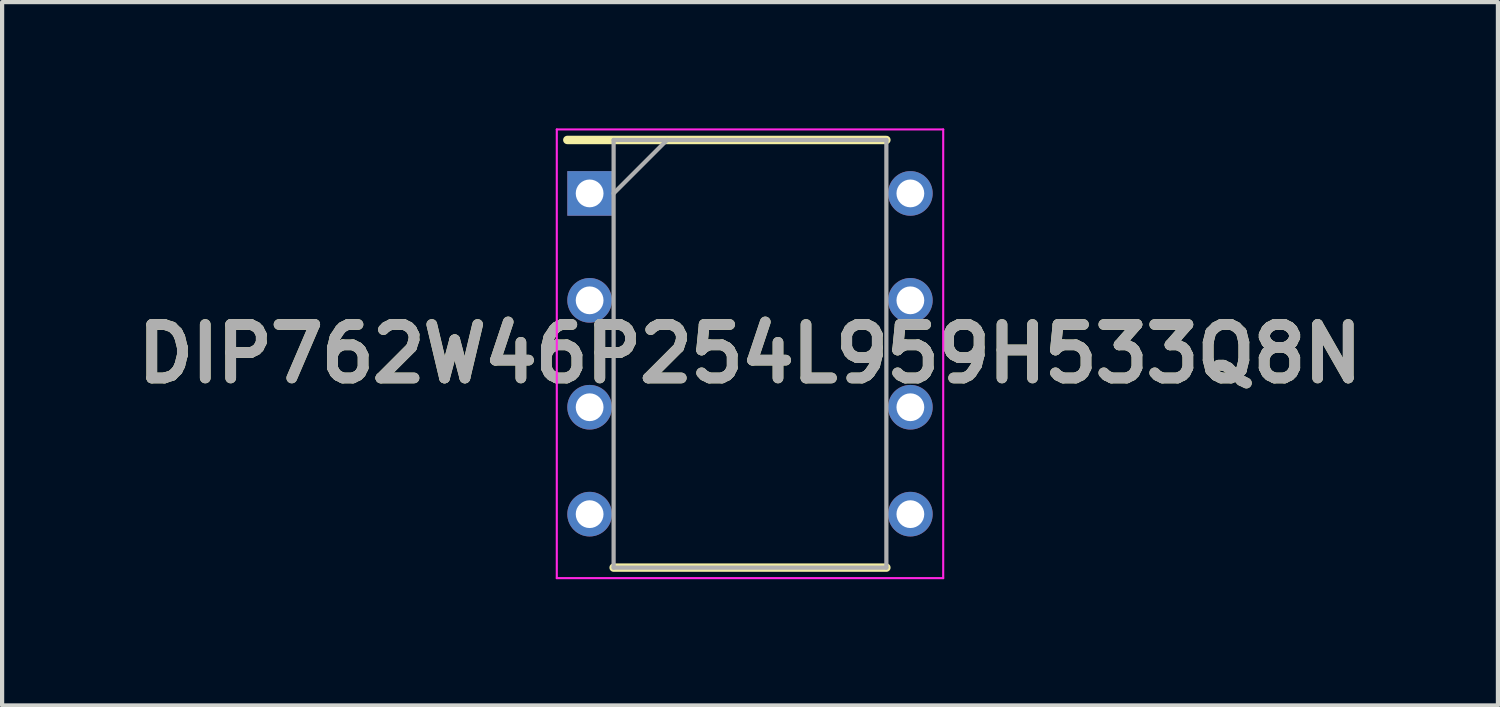
<source format=kicad_pcb>
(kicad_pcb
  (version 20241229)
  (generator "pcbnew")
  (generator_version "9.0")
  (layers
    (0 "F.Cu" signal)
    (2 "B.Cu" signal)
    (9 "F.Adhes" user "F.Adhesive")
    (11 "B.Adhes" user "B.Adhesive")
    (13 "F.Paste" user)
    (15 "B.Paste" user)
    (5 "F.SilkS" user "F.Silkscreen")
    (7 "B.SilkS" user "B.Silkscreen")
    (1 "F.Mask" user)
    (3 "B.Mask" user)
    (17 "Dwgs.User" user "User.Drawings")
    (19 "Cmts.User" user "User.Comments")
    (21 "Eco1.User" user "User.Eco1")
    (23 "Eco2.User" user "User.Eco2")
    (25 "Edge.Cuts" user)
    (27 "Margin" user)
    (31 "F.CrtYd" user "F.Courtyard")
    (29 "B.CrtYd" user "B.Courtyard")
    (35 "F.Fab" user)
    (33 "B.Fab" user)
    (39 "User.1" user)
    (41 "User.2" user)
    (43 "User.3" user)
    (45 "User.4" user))
  (footprint "DIP762W46P254L959H533Q8N"
    (layer "F.Cu")
    (at 14.768 5.355)
    (property "Reference" "DIP762W46P254L959H533Q8N" (at 0 0 0) (layer "F.SilkS") (effects (font (size 1.27 1.27) (thickness 0.254))))
    (attr through_hole)
    (fp_line (start -4.34 -5.08) (end 3.24 -5.08) (stroke (width 0.2) (type solid)) (layer "F.SilkS"))
    (fp_line (start -3.24 5.08) (end 3.24 5.08) (stroke (width 0.2) (type solid)) (layer "F.SilkS"))
    (fp_line (start -4.59 -5.33) (end 4.59 -5.33) (stroke (width 0.05) (type solid)) (layer "F.CrtYd"))
    (fp_line (start -4.59 5.33) (end -4.59 -5.33) (stroke (width 0.05) (type solid)) (layer "F.CrtYd"))
    (fp_line (start 4.59 -5.33) (end 4.59 5.33) (stroke (width 0.05) (type solid)) (layer "F.CrtYd"))
    (fp_line (start 4.59 5.33) (end -4.59 5.33) (stroke (width 0.05) (type solid)) (layer "F.CrtYd"))
    (fp_line (start -3.24 -5.08) (end 3.24 -5.08) (stroke (width 0.1) (type solid)) (layer "F.Fab"))
    (fp_line (start -3.24 -3.81) (end -1.97 -5.08) (stroke (width 0.1) (type solid)) (layer "F.Fab"))
    (fp_line (start -3.24 5.08) (end -3.24 -5.08) (stroke (width 0.1) (type solid)) (layer "F.Fab"))
    (fp_line (start 3.24 -5.08) (end 3.24 5.08) (stroke (width 0.1) (type solid)) (layer "F.Fab"))
    (fp_line (start 3.24 5.08) (end -3.24 5.08) (stroke (width 0.1) (type solid)) (layer "F.Fab"))
    (fp_text user "${REFERENCE}" (at 0 0 0) (layer "F.Fab") (effects (font (size 1.27 1.27) (thickness 0.254))))
    (pad "1" thru_hole rect (at -3.81 -3.81) (size 1.06 1.06) (drill 0.66) (layers "*.Cu" "*.Mask"))
    (pad "2" thru_hole circle (at -3.81 -1.27) (size 1.06 1.06) (drill 0.66) (layers "*.Cu" "*.Mask"))
    (pad "3" thru_hole circle (at -3.81 1.27) (size 1.06 1.06) (drill 0.66) (layers "*.Cu" "*.Mask"))
    (pad "4" thru_hole circle (at -3.81 3.81) (size 1.06 1.06) (drill 0.66) (layers "*.Cu" "*.Mask"))
    (pad "5" thru_hole circle (at 3.81 3.81) (size 1.06 1.06) (drill 0.66) (layers "*.Cu" "*.Mask"))
    (pad "6" thru_hole circle (at 3.81 1.27) (size 1.06 1.06) (drill 0.66) (layers "*.Cu" "*.Mask"))
    (pad "7" thru_hole circle (at 3.81 -1.27) (size 1.06 1.06) (drill 0.66) (layers "*.Cu" "*.Mask"))
    (pad "8" thru_hole circle (at 3.81 -3.81) (size 1.06 1.06) (drill 0.66) (layers "*.Cu" "*.Mask")))
  (gr_rect
    (start -3 -3)
    (end 32.537 13.71)
    (stroke (width 0.1) (type default))
    (fill no)
    (layer "Edge.Cuts")))
</source>
